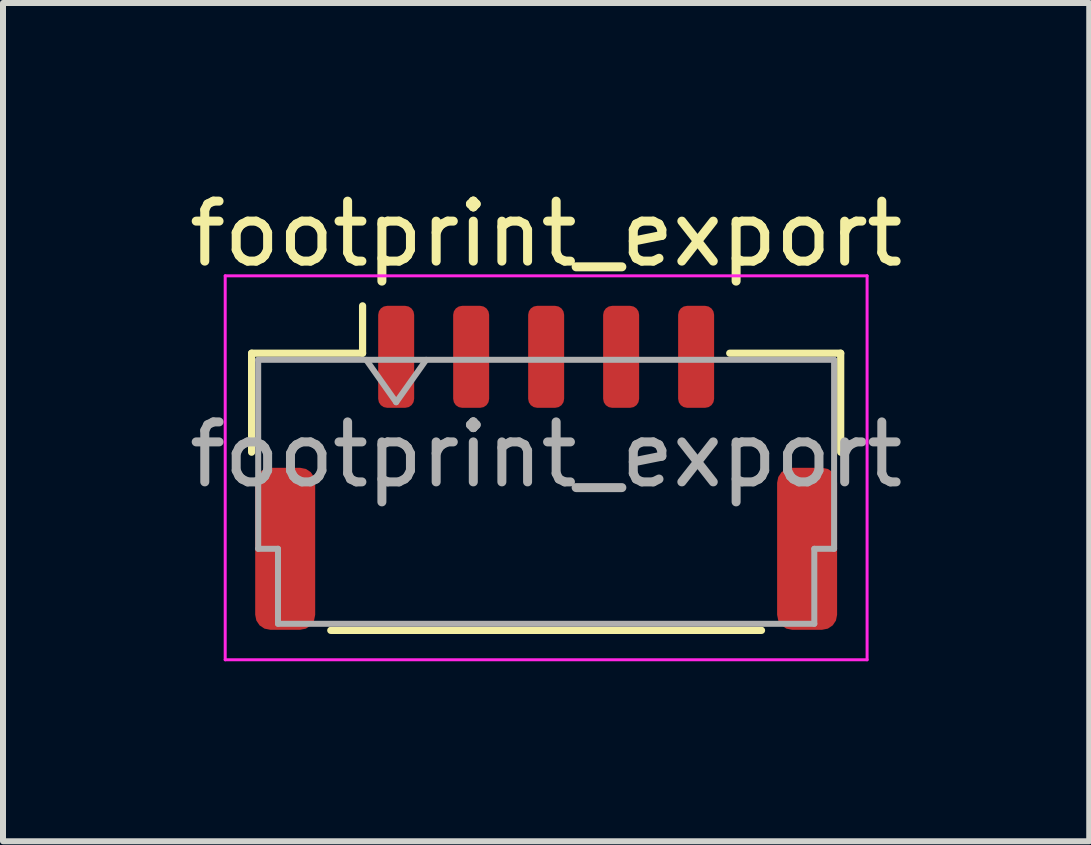
<source format=kicad_pcb>
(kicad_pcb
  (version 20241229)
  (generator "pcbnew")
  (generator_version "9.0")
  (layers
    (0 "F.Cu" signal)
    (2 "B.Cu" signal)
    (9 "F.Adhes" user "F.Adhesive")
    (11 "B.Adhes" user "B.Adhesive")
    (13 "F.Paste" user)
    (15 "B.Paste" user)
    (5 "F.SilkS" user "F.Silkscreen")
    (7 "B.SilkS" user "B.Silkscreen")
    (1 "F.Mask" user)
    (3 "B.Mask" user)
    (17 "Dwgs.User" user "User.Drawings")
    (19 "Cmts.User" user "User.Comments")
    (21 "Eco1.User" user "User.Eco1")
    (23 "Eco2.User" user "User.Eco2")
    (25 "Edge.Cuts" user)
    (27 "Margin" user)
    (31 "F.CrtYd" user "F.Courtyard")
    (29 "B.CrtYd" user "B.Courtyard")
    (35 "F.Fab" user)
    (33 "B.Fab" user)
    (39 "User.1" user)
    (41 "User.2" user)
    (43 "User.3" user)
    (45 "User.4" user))
  (footprint "footprint_export"
    (layer "F.Cu")
    (at 6.054 4.748)
    (property "Reference" "footprint_export" (at 0 -3.9 0) (layer "F.SilkS") (effects (font (size 1 1) (thickness 0.15))))
    (attr smd)
    (fp_line (start -4.91 -1.91) (end -3.06 -1.91) (stroke (width 0.12) (type solid)) (layer "F.SilkS"))
    (fp_line (start -4.91 -0.26) (end -4.91 -1.91) (stroke (width 0.12) (type solid)) (layer "F.SilkS"))
    (fp_line (start -3.59 2.71) (end 3.59 2.71) (stroke (width 0.12) (type solid)) (layer "F.SilkS"))
    (fp_line (start -3.06 -1.91) (end -3.06 -2.7) (stroke (width 0.12) (type solid)) (layer "F.SilkS"))
    (fp_line (start 4.91 -1.91) (end 3.06 -1.91) (stroke (width 0.12) (type solid)) (layer "F.SilkS"))
    (fp_line (start 4.91 -0.26) (end 4.91 -1.91) (stroke (width 0.12) (type solid)) (layer "F.SilkS"))
    (fp_line (start -5.35 -3.2) (end -5.35 3.2) (stroke (width 0.05) (type solid)) (layer "F.CrtYd"))
    (fp_line (start -5.35 3.2) (end 5.35 3.2) (stroke (width 0.05) (type solid)) (layer "F.CrtYd"))
    (fp_line (start 5.35 -3.2) (end -5.35 -3.2) (stroke (width 0.05) (type solid)) (layer "F.CrtYd"))
    (fp_line (start 5.35 3.2) (end 5.35 -3.2) (stroke (width 0.05) (type solid)) (layer "F.CrtYd"))
    (fp_line (start -4.8 -1.8) (end -4.8 1.35) (stroke (width 0.1) (type solid)) (layer "F.Fab"))
    (fp_line (start -4.8 -1.8) (end 4.8 -1.8) (stroke (width 0.1) (type solid)) (layer "F.Fab"))
    (fp_line (start -4.8 1.35) (end -4.47 1.35) (stroke (width 0.1) (type solid)) (layer "F.Fab"))
    (fp_line (start -4.47 1.35) (end -4.47 2.6) (stroke (width 0.1) (type solid)) (layer "F.Fab"))
    (fp_line (start -4.47 2.6) (end 4.47 2.6) (stroke (width 0.1) (type solid)) (layer "F.Fab"))
    (fp_line (start -3 -1.8) (end -2.5 -1.093) (stroke (width 0.1) (type solid)) (layer "F.Fab"))
    (fp_line (start -2.5 -1.093) (end -2 -1.8) (stroke (width 0.1) (type solid)) (layer "F.Fab"))
    (fp_line (start 4.47 1.35) (end 4.8 1.35) (stroke (width 0.1) (type solid)) (layer "F.Fab"))
    (fp_line (start 4.47 2.6) (end 4.47 1.35) (stroke (width 0.1) (type solid)) (layer "F.Fab"))
    (fp_line (start 4.8 -1.8) (end 4.8 1.35) (stroke (width 0.1) (type solid)) (layer "F.Fab"))
    (fp_text user "${REFERENCE}" (at 0 -0.22 0) (layer "F.Fab") (effects (font (size 1 1) (thickness 0.15))))
    (pad "1" smd roundrect (at -2.5 -1.85) (size 0.6 1.7) (layers "F.Cu" "F.Mask" "F.Paste") (roundrect_rratio 0.25))
    (pad "2" smd roundrect (at -1.25 -1.85) (size 0.6 1.7) (layers "F.Cu" "F.Mask" "F.Paste") (roundrect_rratio 0.25))
    (pad "3" smd roundrect (at 0 -1.85) (size 0.6 1.7) (layers "F.Cu" "F.Mask" "F.Paste") (roundrect_rratio 0.25))
    (pad "4" smd roundrect (at 1.25 -1.85) (size 0.6 1.7) (layers "F.Cu" "F.Mask" "F.Paste") (roundrect_rratio 0.25))
    (pad "5" smd roundrect (at 2.5 -1.85) (size 0.6 1.7) (layers "F.Cu" "F.Mask" "F.Paste") (roundrect_rratio 0.25))
    (pad "MP" smd roundrect (at -4.35 1.35) (size 1 2.7) (layers "F.Cu" "F.Mask" "F.Paste") (roundrect_rratio 0.25))
    (pad "MP" smd roundrect (at 4.35 1.35) (size 1 2.7) (layers "F.Cu" "F.Mask" "F.Paste") (roundrect_rratio 0.25)))
  (gr_rect
    (start -3 -3)
    (end 15.107 10.973)
    (stroke (width 0.1) (type default))
    (fill no)
    (layer "Edge.Cuts")))
</source>
